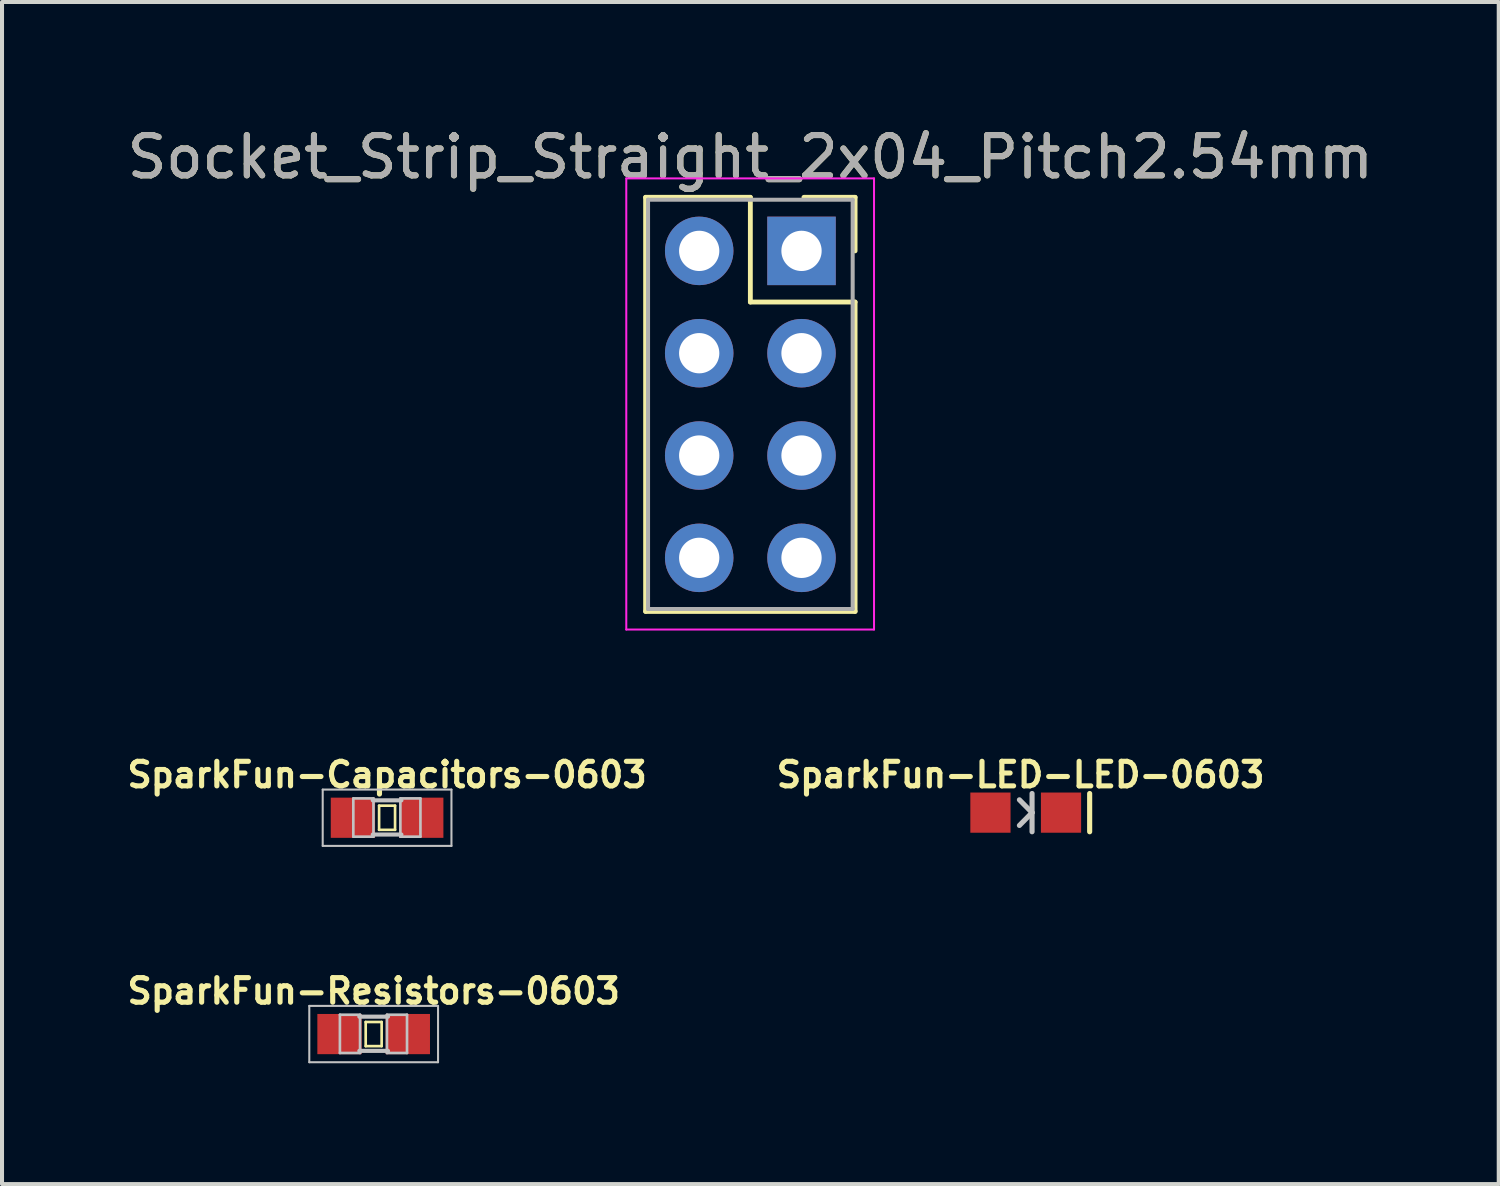
<source format=kicad_pcb>
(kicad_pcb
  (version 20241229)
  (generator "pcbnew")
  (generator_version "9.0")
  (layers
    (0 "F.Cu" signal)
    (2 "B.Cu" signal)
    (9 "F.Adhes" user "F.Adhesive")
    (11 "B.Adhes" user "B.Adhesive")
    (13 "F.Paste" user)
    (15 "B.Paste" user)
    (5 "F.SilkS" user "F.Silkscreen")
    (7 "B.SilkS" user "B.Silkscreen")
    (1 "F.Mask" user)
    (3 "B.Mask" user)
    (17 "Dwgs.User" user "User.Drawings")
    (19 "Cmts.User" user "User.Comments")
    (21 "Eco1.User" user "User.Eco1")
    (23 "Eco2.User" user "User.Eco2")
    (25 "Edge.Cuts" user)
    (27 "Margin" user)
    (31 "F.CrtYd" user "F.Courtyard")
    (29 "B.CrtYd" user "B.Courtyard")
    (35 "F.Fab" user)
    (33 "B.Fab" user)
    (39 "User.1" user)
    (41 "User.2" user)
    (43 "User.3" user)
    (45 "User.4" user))
  (footprint "SparkFun-LED-LED-0603"
    (placed yes)
    (layer "F.Cu")
    (at 22.413 17.123)
    (property "Reference" "SparkFun-LED-LED-0603" (at -0.127 -0.94 0) (layer "F.SilkS") (effects (font (size 0.61 0.61) (thickness 0.127))))
    (attr smd)
    (fp_line (start 1.587 -0.475) (end 1.587 0.475) (stroke (width 0.127) (type solid)) (layer "F.SilkS"))
    (fp_line (start 0.157 -0.475) (end 0.157 0) (stroke (width 0.127) (type solid)) (layer "Dwgs.User"))
    (fp_line (start 0.157 0) (end -0.157 -0.318) (stroke (width 0.127) (type solid)) (layer "Dwgs.User"))
    (fp_line (start 0.157 0) (end -0.157 0.318) (stroke (width 0.127) (type solid)) (layer "Dwgs.User"))
    (fp_line (start 0.157 0) (end 0.157 0.475) (stroke (width 0.127) (type solid)) (layer "Dwgs.User"))
    (pad "A" smd rect (at -0.876 0 270) (size 0.998 0.998) (layers "F.Cu" "F.Mask" "F.Paste"))
    (pad "C" smd rect (at 0.876 0 270) (size 0.998 0.998) (layers "F.Cu" "F.Mask" "F.Paste")))
  (footprint "Socket_Strip_Straight_2x04_Pitch2.54mm"
    (layer "F.Cu")
    (at 16.847 3.178)
    (property "Reference" "Socket_Strip_Straight_2x04_Pitch2.54mm" (at -1.27 -2.33 0) (layer "F.SilkS") (effects (font (size 1 1) (thickness 0.15))))
    (attr through_hole)
    (fp_line (start -3.87 -1.33) (end -1.27 -1.33) (stroke (width 0.12) (type solid)) (layer "F.SilkS"))
    (fp_line (start -3.87 8.95) (end -3.87 -1.33) (stroke (width 0.12) (type solid)) (layer "F.SilkS"))
    (fp_line (start -1.27 -1.33) (end -1.27 1.27) (stroke (width 0.12) (type solid)) (layer "F.SilkS"))
    (fp_line (start -1.27 1.27) (end 1.33 1.27) (stroke (width 0.12) (type solid)) (layer "F.SilkS"))
    (fp_line (start 1.33 -1.33) (end 0.06 -1.33) (stroke (width 0.12) (type solid)) (layer "F.SilkS"))
    (fp_line (start 1.33 0) (end 1.33 -1.33) (stroke (width 0.12) (type solid)) (layer "F.SilkS"))
    (fp_line (start 1.33 1.27) (end 1.33 8.95) (stroke (width 0.12) (type solid)) (layer "F.SilkS"))
    (fp_line (start 1.33 8.95) (end -3.87 8.95) (stroke (width 0.12) (type solid)) (layer "F.SilkS"))
    (fp_line (start -4.35 -1.8) (end -4.35 9.4) (stroke (width 0.05) (type solid)) (layer "F.CrtYd"))
    (fp_line (start -4.35 9.4) (end 1.8 9.4) (stroke (width 0.05) (type solid)) (layer "F.CrtYd"))
    (fp_line (start 1.8 -1.8) (end -4.35 -1.8) (stroke (width 0.05) (type solid)) (layer "F.CrtYd"))
    (fp_line (start 1.8 9.4) (end 1.8 -1.8) (stroke (width 0.05) (type solid)) (layer "F.CrtYd"))
    (fp_line (start -3.81 -1.27) (end -3.81 8.89) (stroke (width 0.1) (type solid)) (layer "F.Fab"))
    (fp_line (start -3.81 8.89) (end 1.27 8.89) (stroke (width 0.1) (type solid)) (layer "F.Fab"))
    (fp_line (start 1.27 -1.27) (end -3.81 -1.27) (stroke (width 0.1) (type solid)) (layer "F.Fab"))
    (fp_line (start 1.27 8.89) (end 1.27 -1.27) (stroke (width 0.1) (type solid)) (layer "F.Fab"))
    (fp_text user "${REFERENCE}" (at -1.27 -2.33 0) (layer "F.Fab") (effects (font (size 1 1) (thickness 0.15))))
    (pad "1" thru_hole rect (at 0 0) (size 1.7 1.7) (drill 1) (layers "*.Cu" "*.Mask"))
    (pad "2" thru_hole oval (at -2.54 0) (size 1.7 1.7) (drill 1) (layers "*.Cu" "*.Mask"))
    (pad "3" thru_hole oval (at 0 2.54) (size 1.7 1.7) (drill 1) (layers "*.Cu" "*.Mask"))
    (pad "4" thru_hole oval (at -2.54 2.54) (size 1.7 1.7) (drill 1) (layers "*.Cu" "*.Mask"))
    (pad "5" thru_hole oval (at 0 5.08) (size 1.7 1.7) (drill 1) (layers "*.Cu" "*.Mask"))
    (pad "6" thru_hole oval (at -2.54 5.08) (size 1.7 1.7) (drill 1) (layers "*.Cu" "*.Mask"))
    (pad "7" thru_hole oval (at 0 7.62) (size 1.7 1.7) (drill 1) (layers "*.Cu" "*.Mask"))
    (pad "8" thru_hole oval (at -2.54 7.62) (size 1.7 1.7) (drill 1) (layers "*.Cu" "*.Mask")))
  (footprint "SparkFun-Capacitors-0603"
    (layer "F.Cu")
    (at 6.559 17.25)
    (property "Reference" "SparkFun-Capacitors-0603" (at 0 -1.067 0) (layer "F.SilkS") (effects (font (size 0.61 0.61) (thickness 0.127))))
    (attr smd)
    (fp_line (start -0.198 -0.3) (end 0.198 -0.3) (stroke (width 0.066) (type solid)) (layer "F.SilkS"))
    (fp_line (start -0.198 0.3) (end -0.198 -0.3) (stroke (width 0.066) (type solid)) (layer "F.SilkS"))
    (fp_line (start -0.198 0.3) (end 0.198 0.3) (stroke (width 0.066) (type solid)) (layer "F.SilkS"))
    (fp_line (start 0.198 0.3) (end 0.198 -0.3) (stroke (width 0.066) (type solid)) (layer "F.SilkS"))
    (fp_line (start -1.598 -0.699) (end 1.598 -0.699) (stroke (width 0.051) (type solid)) (layer "Dwgs.User"))
    (fp_line (start -1.598 0.699) (end -1.598 -0.699) (stroke (width 0.051) (type solid)) (layer "Dwgs.User"))
    (fp_line (start -0.838 -0.48) (end -0.338 -0.48) (stroke (width 0.066) (type solid)) (layer "Dwgs.User"))
    (fp_line (start -0.838 0.47) (end -0.838 -0.48) (stroke (width 0.066) (type solid)) (layer "Dwgs.User"))
    (fp_line (start -0.838 0.47) (end -0.338 0.47) (stroke (width 0.066) (type solid)) (layer "Dwgs.User"))
    (fp_line (start -0.356 -0.432) (end 0.356 -0.432) (stroke (width 0.102) (type solid)) (layer "Dwgs.User"))
    (fp_line (start -0.356 0.417) (end 0.356 0.417) (stroke (width 0.102) (type solid)) (layer "Dwgs.User"))
    (fp_line (start -0.338 0.47) (end -0.338 -0.48) (stroke (width 0.066) (type solid)) (layer "Dwgs.User"))
    (fp_line (start 0.33 -0.48) (end 0.828 -0.48) (stroke (width 0.066) (type solid)) (layer "Dwgs.User"))
    (fp_line (start 0.33 0.47) (end 0.33 -0.48) (stroke (width 0.066) (type solid)) (layer "Dwgs.User"))
    (fp_line (start 0.33 0.47) (end 0.828 0.47) (stroke (width 0.066) (type solid)) (layer "Dwgs.User"))
    (fp_line (start 0.828 0.47) (end 0.828 -0.48) (stroke (width 0.066) (type solid)) (layer "Dwgs.User"))
    (fp_line (start 1.598 -0.699) (end 1.598 0.699) (stroke (width 0.051) (type solid)) (layer "Dwgs.User"))
    (fp_line (start 1.598 0.699) (end -1.598 0.699) (stroke (width 0.051) (type solid)) (layer "Dwgs.User"))
    (pad "1" smd rect (at -0.848 0) (size 1.1 0.998) (layers "F.Cu" "F.Mask" "F.Paste"))
    (pad "2" smd rect (at 0.848 0) (size 1.1 0.998) (layers "F.Cu" "F.Mask" "F.Paste")))
  (footprint "SparkFun-Resistors-0603"
    (layer "F.Cu")
    (at 6.226 22.62)
    (property "Reference" "SparkFun-Resistors-0603" (at 0 -1.067 0) (layer "F.SilkS") (effects (font (size 0.61 0.61) (thickness 0.127))))
    (attr smd)
    (fp_line (start -0.198 -0.3) (end 0.198 -0.3) (stroke (width 0.066) (type solid)) (layer "F.SilkS"))
    (fp_line (start -0.198 0.3) (end -0.198 -0.3) (stroke (width 0.066) (type solid)) (layer "F.SilkS"))
    (fp_line (start -0.198 0.3) (end 0.198 0.3) (stroke (width 0.066) (type solid)) (layer "F.SilkS"))
    (fp_line (start 0.198 0.3) (end 0.198 -0.3) (stroke (width 0.066) (type solid)) (layer "F.SilkS"))
    (fp_line (start -1.598 -0.699) (end 1.598 -0.699) (stroke (width 0.051) (type solid)) (layer "Dwgs.User"))
    (fp_line (start -1.598 0.699) (end -1.598 -0.699) (stroke (width 0.051) (type solid)) (layer "Dwgs.User"))
    (fp_line (start -0.838 -0.48) (end -0.338 -0.48) (stroke (width 0.066) (type solid)) (layer "Dwgs.User"))
    (fp_line (start -0.838 0.47) (end -0.838 -0.48) (stroke (width 0.066) (type solid)) (layer "Dwgs.User"))
    (fp_line (start -0.838 0.47) (end -0.338 0.47) (stroke (width 0.066) (type solid)) (layer "Dwgs.User"))
    (fp_line (start -0.356 -0.432) (end 0.356 -0.432) (stroke (width 0.102) (type solid)) (layer "Dwgs.User"))
    (fp_line (start -0.356 0.417) (end 0.356 0.417) (stroke (width 0.102) (type solid)) (layer "Dwgs.User"))
    (fp_line (start -0.338 0.47) (end -0.338 -0.48) (stroke (width 0.066) (type solid)) (layer "Dwgs.User"))
    (fp_line (start 0.33 -0.48) (end 0.828 -0.48) (stroke (width 0.066) (type solid)) (layer "Dwgs.User"))
    (fp_line (start 0.33 0.47) (end 0.33 -0.48) (stroke (width 0.066) (type solid)) (layer "Dwgs.User"))
    (fp_line (start 0.33 0.47) (end 0.828 0.47) (stroke (width 0.066) (type solid)) (layer "Dwgs.User"))
    (fp_line (start 0.828 0.47) (end 0.828 -0.48) (stroke (width 0.066) (type solid)) (layer "Dwgs.User"))
    (fp_line (start 1.598 -0.699) (end 1.598 0.699) (stroke (width 0.051) (type solid)) (layer "Dwgs.User"))
    (fp_line (start 1.598 0.699) (end -1.598 0.699) (stroke (width 0.051) (type solid)) (layer "Dwgs.User"))
    (pad "1" smd rect (at -0.848 0) (size 1.1 0.998) (layers "F.Cu" "F.Mask" "F.Paste"))
    (pad "2" smd rect (at 0.848 0) (size 1.1 0.998) (layers "F.Cu" "F.Mask" "F.Paste")))
  (gr_rect
    (start -3 -3)
    (end 34.155 26.344)
    (stroke (width 0.1) (type default))
    (fill no)
    (layer "Edge.Cuts")))
</source>
